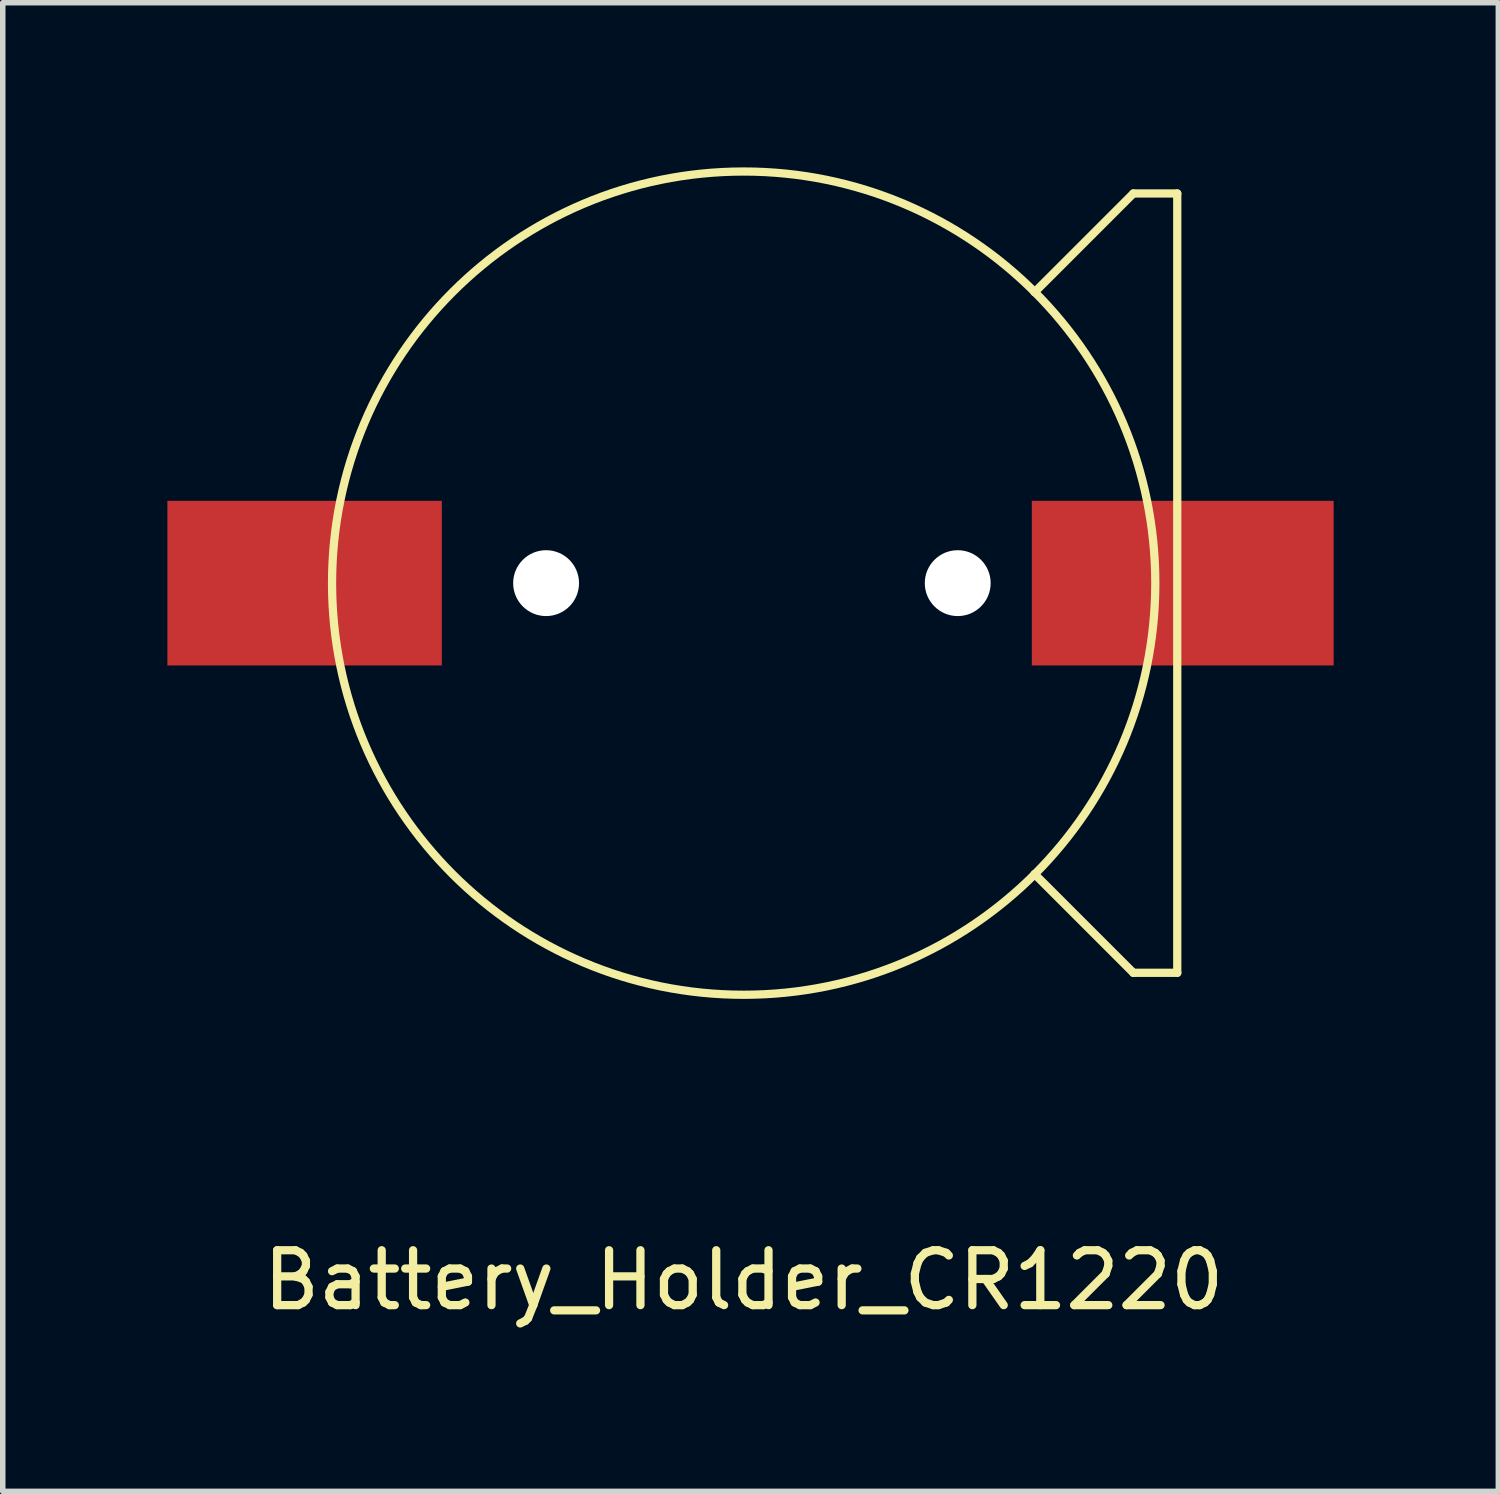
<source format=kicad_pcb>
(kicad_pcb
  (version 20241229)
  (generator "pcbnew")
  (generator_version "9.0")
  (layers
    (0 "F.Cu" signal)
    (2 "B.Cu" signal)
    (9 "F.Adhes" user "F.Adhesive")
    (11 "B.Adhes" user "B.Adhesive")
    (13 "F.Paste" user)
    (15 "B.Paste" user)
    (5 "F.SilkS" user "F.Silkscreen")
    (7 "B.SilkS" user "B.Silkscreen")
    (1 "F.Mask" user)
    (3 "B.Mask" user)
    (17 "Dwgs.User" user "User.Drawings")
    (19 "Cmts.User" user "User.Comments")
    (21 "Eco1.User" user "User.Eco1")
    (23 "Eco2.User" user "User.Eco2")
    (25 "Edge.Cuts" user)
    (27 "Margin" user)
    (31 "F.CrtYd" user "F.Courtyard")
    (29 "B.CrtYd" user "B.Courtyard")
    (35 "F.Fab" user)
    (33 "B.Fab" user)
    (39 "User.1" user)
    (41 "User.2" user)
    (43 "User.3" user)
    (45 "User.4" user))
  (footprint "Battery_Holder_CR1220"
    (layer "F.Cu")
    (at 10.5 7.575)
    (property "Reference" "Battery_Holder_CR1220" (at 0 12.7 0) (layer "F.SilkS") (effects (font (size 1 1) (thickness 0.15))))
    (attr through_hole)
    (fp_line (start 5.3 -5.3) (end 7.1 -7.1) (stroke (width 0.15) (type solid)) (layer "F.SilkS"))
    (fp_line (start 7.1 7.1) (end 5.3 5.3) (stroke (width 0.15) (type solid)) (layer "F.SilkS"))
    (fp_line (start 7.9 -7.1) (end 7.1 -7.1) (stroke (width 0.15) (type solid)) (layer "F.SilkS"))
    (fp_line (start 7.9 -7.1) (end 7.9 7.1) (stroke (width 0.15) (type solid)) (layer "F.SilkS"))
    (fp_line (start 7.9 7.1) (end 7.1 7.1) (stroke (width 0.15) (type solid)) (layer "F.SilkS"))
    (fp_circle (center 0 0) (end 0 -7.5) (stroke (width 0.15) (type solid)) (fill no) (layer "F.SilkS"))
    (pad "" np_thru_hole circle (at -3.6 0) (size 1.2 1.2) (drill 1.2) (layers "*.Cu" "*.Mask"))
    (pad "" np_thru_hole circle (at 3.9 0) (size 1.2 1.2) (drill 1.2) (layers "*.Cu" "*.Mask"))
    (pad "1" smd rect (at 8 0) (size 5.5 3) (layers "F.Cu" "F.Mask" "F.Paste"))
    (pad "2" smd rect (at -8 0) (size 5 3) (layers "F.Cu" "F.Mask" "F.Paste")))
  (gr_rect
    (start -3 -3)
    (end 24.25 24.123)
    (stroke (width 0.1) (type default))
    (fill no)
    (layer "Edge.Cuts")))
</source>
